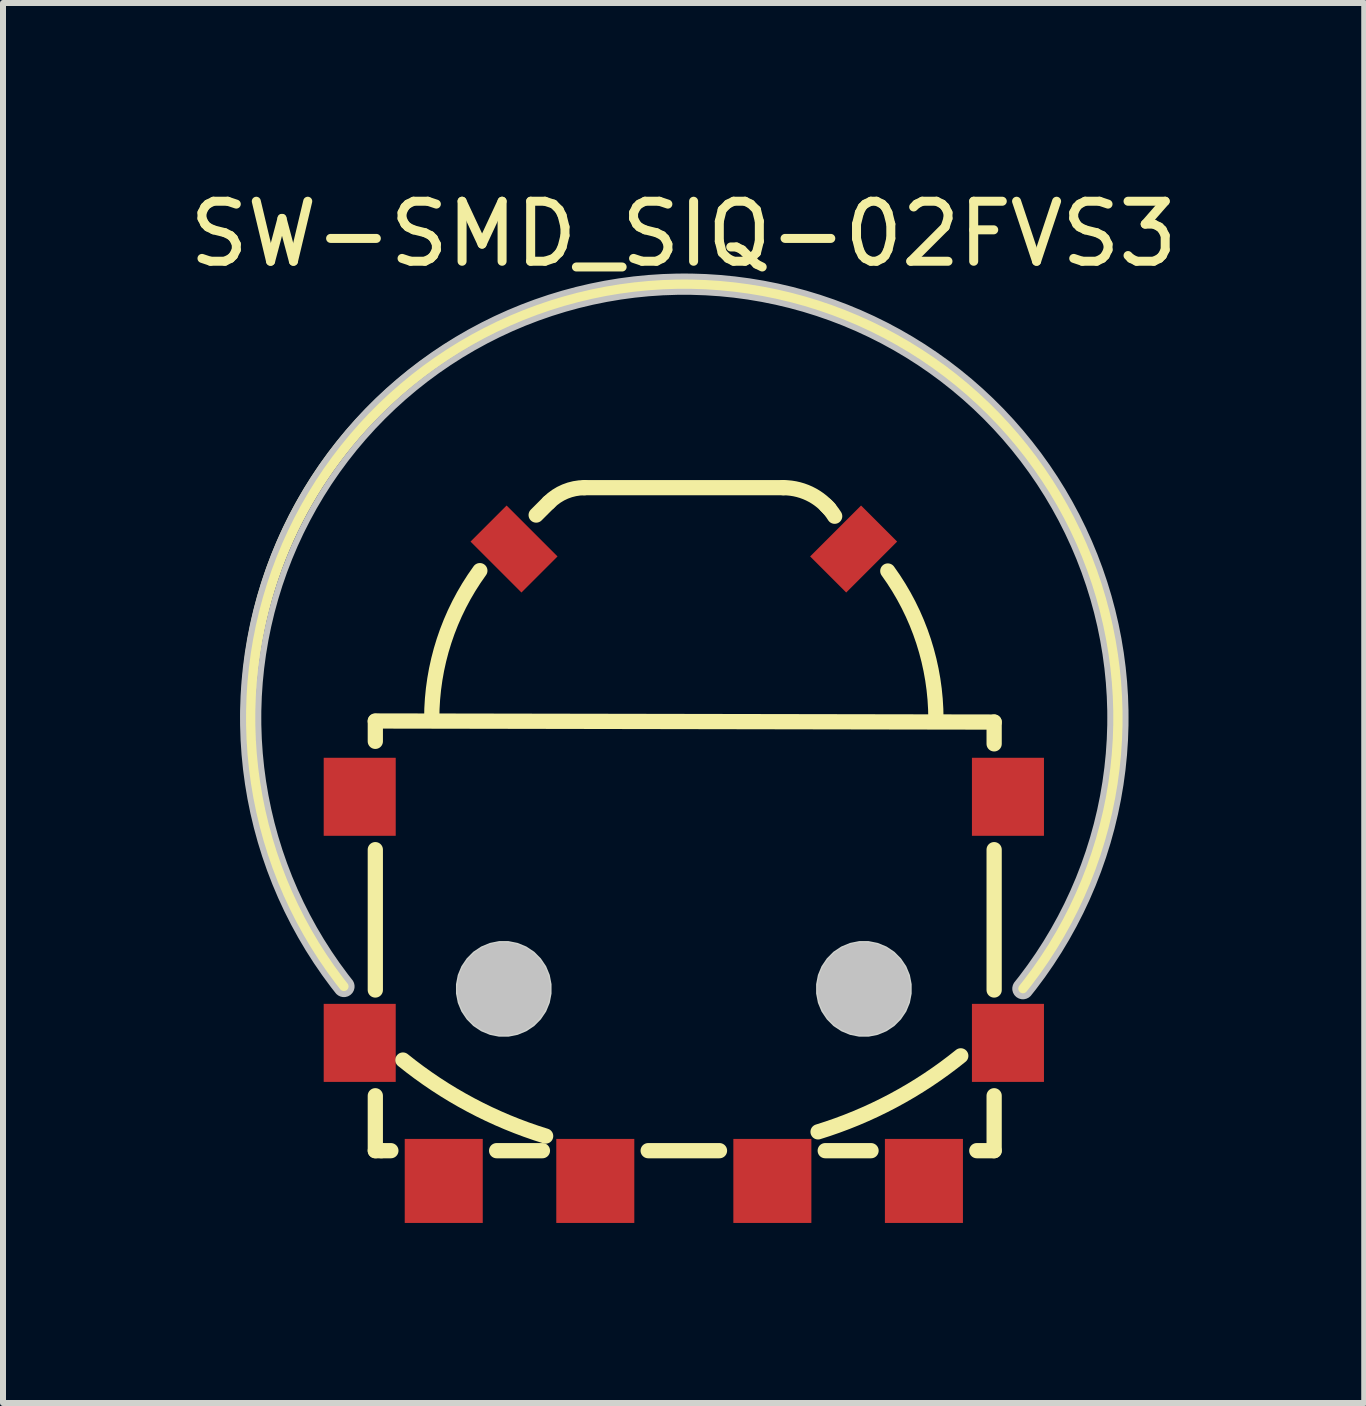
<source format=kicad_pcb>
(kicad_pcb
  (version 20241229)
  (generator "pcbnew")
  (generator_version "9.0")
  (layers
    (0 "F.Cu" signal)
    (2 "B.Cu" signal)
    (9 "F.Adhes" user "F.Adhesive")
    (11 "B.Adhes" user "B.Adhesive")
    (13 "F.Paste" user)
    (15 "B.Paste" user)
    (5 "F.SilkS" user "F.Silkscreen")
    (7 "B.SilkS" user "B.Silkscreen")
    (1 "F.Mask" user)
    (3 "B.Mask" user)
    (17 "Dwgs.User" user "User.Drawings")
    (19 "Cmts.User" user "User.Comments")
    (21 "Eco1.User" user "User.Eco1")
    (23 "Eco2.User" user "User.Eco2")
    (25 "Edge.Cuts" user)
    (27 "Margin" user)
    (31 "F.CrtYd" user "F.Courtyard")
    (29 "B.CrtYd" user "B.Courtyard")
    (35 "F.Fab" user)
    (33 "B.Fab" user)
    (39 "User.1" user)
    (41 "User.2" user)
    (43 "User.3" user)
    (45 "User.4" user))
  (footprint "SW-SMD_SIQ-02FVS3"
    (layer "F.Cu")
    (at 8.343 11.361)
    (property "Reference" "SW-SMD_SIQ-02FVS3" (at -0.004 -10.513 0) (layer "F.SilkS") (effects (font (size 1 1) (thickness 0.15))))
    (fp_line (start -5.141 -2.399) (end 5.17 -2.381) (stroke (width 0.254) (type default)) (layer "F.SilkS"))
    (fp_line (start -5.14 -2.06) (end -5.14 -2.393) (stroke (width 0.254) (type default)) (layer "F.SilkS"))
    (fp_line (start -5.14 2.083) (end -5.14 -0.255) (stroke (width 0.254) (type default)) (layer "F.SilkS"))
    (fp_line (start -5.14 4.76) (end -5.14 3.845) (stroke (width 0.254) (type default)) (layer "F.SilkS"))
    (fp_line (start -5.04 4.76) (end -5.14 4.76) (stroke (width 0.254) (type default)) (layer "F.SilkS"))
    (fp_line (start -4.881 4.76) (end -5.04 4.76) (stroke (width 0.254) (type default)) (layer "F.SilkS"))
    (fp_line (start -2.356 4.76) (end -3.119 4.76) (stroke (width 0.254) (type default)) (layer "F.SilkS"))
    (fp_line (start -2.251 -6.039) (end -2.46 -5.83) (stroke (width 0.254) (type default)) (layer "F.SilkS"))
    (fp_line (start -1.655 -6.286) (end 1.655 -6.286) (stroke (width 0.254) (type default)) (layer "F.SilkS"))
    (fp_line (start 0 -9.686) (end -0.058 -9.686) (stroke (width 0.254) (type default)) (layer "F.SilkS"))
    (fp_line (start 0.063 -9.686) (end 0 -9.686) (stroke (width 0.254) (type default)) (layer "F.SilkS"))
    (fp_line (start 0.594 4.76) (end -0.594 4.76) (stroke (width 0.254) (type default)) (layer "F.SilkS"))
    (fp_line (start 2.37 -5.989) (end 2.42 -5.94) (stroke (width 0.254) (type default)) (layer "F.SilkS"))
    (fp_line (start 3.119 4.76) (end 2.356 4.76) (stroke (width 0.254) (type default)) (layer "F.SilkS"))
    (fp_line (start 5.17 -2.381) (end 5.17 -2.018) (stroke (width 0.254) (type default)) (layer "F.SilkS"))
    (fp_line (start 5.17 2.083) (end 5.17 -0.255) (stroke (width 0.254) (type default)) (layer "F.SilkS"))
    (fp_line (start 5.17 3.845) (end 5.17 4.76) (stroke (width 0.254) (type default)) (layer "F.SilkS"))
    (fp_line (start 5.17 4.76) (end 4.881 4.76) (stroke (width 0.254) (type default)) (layer "F.SilkS"))
    (fp_line (start 7.246 -2.503) (end 7.246 -2.336) (stroke (width 0.254) (type default)) (layer "F.SilkS"))
    (fp_arc (start -7.2535 -2.4895) (mid -5.14584 -7.57784) (end -0.0575 -9.686) (stroke (width 0.254) (type default)) (layer "F.SilkS"))
    (fp_arc (start -5.664 2.0235) (mid -6.844568 -0.110883) (end -7.2535 -2.5155) (stroke (width 0.254) (type default)) (layer "F.SilkS"))
    (fp_arc (start -4.2 -2.436) (mid -3.994644 -3.733235) (end -3.3985 -4.9035) (stroke (width 0.254) (type default)) (layer "F.SilkS"))
    (fp_arc (start -2.3025 4.5165) (mid -3.551922 3.997138) (end -4.68 3.25) (stroke (width 0.254) (type default)) (layer "F.SilkS"))
    (fp_arc (start -2.2505 -6.039) (mid -1.977512 -6.221405) (end -1.6555 -6.286) (stroke (width 0.254) (type default)) (layer "F.SilkS"))
    (fp_arc (start 0.063 -9.686) (mid 5.142148 -7.582148) (end 7.246 -2.503) (stroke (width 0.254) (type default)) (layer "F.SilkS"))
    (fp_arc (start 1.6555 -6.286) (mid 2.145763 -6.159174) (end 2.513 -5.8105) (stroke (width 0.254) (type default)) (layer "F.SilkS"))
    (fp_arc (start 3.3985 -4.8975) (mid 3.994458 -3.727174) (end 4.2 -2.43) (stroke (width 0.254) (type default)) (layer "F.SilkS"))
    (fp_arc (start 4.614 3.18) (mid 3.485869 3.927029) (end 2.2365 4.4465) (stroke (width 0.254) (type default)) (layer "F.SilkS"))
    (fp_arc (start 7.24 -2.48) (mid 6.831133 -0.07537) (end 5.6505 2.059) (stroke (width 0.254) (type default)) (layer "F.SilkS"))
    (fp_circle (center -3 2.064) (end -2.612 2.064) (stroke (width 0.775) (type default)) (fill no) (layer "Dwgs.User"))
    (fp_circle (center 3 2.064) (end 3.388 2.064) (stroke (width 0.775) (type default)) (fill no) (layer "Dwgs.User"))
    (fp_poly (pts (arc (start 5.6495 2.1875) (mid 5.559697 2.150303) (end 5.5225 2.0605)) (arc (start 5.5225 2.0605) (mid 5.52988 2.017837) (end 5.551 1.98)) (arc (start 5.551 1.98) (mid 6.705165 -0.103745) (end 7.105 -2.452)) (arc (start 7.105 -2.452) (mid 5.02619 -7.47069) (end 0.0075 -9.5495)) (arc (start 0.0075 -9.5495) (mid -5.01119 -7.47069) (end -7.0895 -2.452)) (arc (start -7.0895 -2.452) (mid -6.697237 -0.12522) (end -5.564 1.9445)) (arc (start -5.564 1.9445) (mid -5.543227 1.981862) (end -5.536 2.024)) (arc (start -5.536 2.024) (mid -5.573197 2.113803) (end -5.663 2.151)) (arc (start -5.663 2.151) (mid -5.718857 2.138057) (end -5.7635 2.102)) (arc (start -5.7635 2.102) (mid -6.937584 -0.04178) (end -7.3435 -2.452)) (arc (start -7.3435 -2.452) (mid -5.190442 -7.649942) (end 0.0075 -9.8035)) (arc (start 0.0075 -9.8035) (mid 5.205796 -7.650296) (end 7.359 -2.452)) (arc (start 7.359 -2.452) (mid 6.944984 -0.019745) (end 5.7495 2.1385)) (arc (start 5.7495 2.1385) (mid 5.705141 2.174465) (end 5.6495 2.1875))) (stroke (width 0.1) (type default)) (fill no) (layer "Dwgs.User"))
    (fp_poly (pts (xy -2.204 1.986) (xy -2.234 1.832) (xy -2.294 1.687) (xy -2.382 1.557) (xy -2.492 1.446) (xy -2.623 1.359) (xy -2.768 1.299) (xy -2.922 1.268) (xy -3.078 1.268) (xy -3.232 1.299) (xy -3.377 1.359) (xy -3.508 1.446) (xy -3.618 1.557) (xy -3.706 1.687) (xy -3.766 1.832) (xy -3.796 1.986) (xy -3.796 2.143) (xy -3.766 2.297) (xy -3.706 2.442) (xy -3.618 2.572) (xy -3.508 2.683) (xy -3.377 2.77) (xy -3.232 2.83) (xy -3.078 2.861) (xy -2.922 2.861) (xy -2.768 2.83) (xy -2.623 2.77) (xy -2.492 2.683) (xy -2.382 2.572) (xy -2.294 2.442) (xy -2.234 2.297) (xy -2.204 2.143)) (stroke (width 0) (type default)) (fill yes) (layer "Edge.Cuts"))
    (fp_poly (pts (xy 3.796 1.986) (xy 3.766 1.832) (xy 3.706 1.687) (xy 3.618 1.557) (xy 3.508 1.446) (xy 3.377 1.359) (xy 3.232 1.299) (xy 3.078 1.268) (xy 2.922 1.268) (xy 2.768 1.299) (xy 2.623 1.359) (xy 2.492 1.446) (xy 2.382 1.557) (xy 2.294 1.687) (xy 2.234 1.832) (xy 2.204 1.986) (xy 2.204 2.143) (xy 2.234 2.297) (xy 2.294 2.442) (xy 2.382 2.572) (xy 2.492 2.683) (xy 2.623 2.77) (xy 2.768 2.83) (xy 2.922 2.861) (xy 3.078 2.861) (xy 3.232 2.83) (xy 3.377 2.77) (xy 3.508 2.683) (xy 3.618 2.572) (xy 3.706 2.442) (xy 3.766 2.297) (xy 3.796 2.143)) (stroke (width 0) (type default)) (fill yes) (layer "Edge.Cuts"))
    (fp_poly (pts (xy -5.14 -1.636) (xy -4.94 -1.636) (xy -4.94 -0.636) (xy -5.14 -0.636)) (stroke (width 0.1) (type default)) (fill no) (layer "User.1"))
    (fp_poly (pts (xy -5.14 2.464) (xy -4.94 2.464) (xy -4.94 3.464) (xy -5.14 3.464)) (stroke (width 0.1) (type default)) (fill no) (layer "User.1"))
    (fp_poly (pts (xy -4.5 4.76) (xy -4.5 4.56) (xy -3.5 4.56) (xy -3.5 4.76)) (stroke (width 0.1) (type default)) (fill no) (layer "User.1"))
    (fp_poly (pts (xy -2.687 -5.547) (xy -2.546 -5.405) (xy -2.97 -4.981) (xy -3.111 -5.122)) (stroke (width 0.1) (type default)) (fill no) (layer "User.1"))
    (fp_poly (pts (xy -1.975 4.76) (xy -1.975 4.56) (xy -0.975 4.56) (xy -0.975 4.76)) (stroke (width 0.1) (type default)) (fill no) (layer "User.1"))
    (fp_poly (pts (xy 0.975 4.76) (xy 0.975 4.56) (xy 1.975 4.56) (xy 1.975 4.76)) (stroke (width 0.1) (type default)) (fill no) (layer "User.1"))
    (fp_poly (pts (xy 3.111 -5.122) (xy 2.97 -4.981) (xy 2.546 -5.405) (xy 2.687 -5.547)) (stroke (width 0.1) (type default)) (fill no) (layer "User.1"))
    (fp_poly (pts (xy 3.5 4.76) (xy 3.5 4.56) (xy 4.5 4.56) (xy 4.5 4.76)) (stroke (width 0.1) (type default)) (fill no) (layer "User.1"))
    (fp_poly (pts (xy 4.97 -1.636) (xy 5.17 -1.636) (xy 5.17 -0.636) (xy 4.97 -0.636)) (stroke (width 0.1) (type default)) (fill no) (layer "User.1"))
    (fp_poly (pts (xy 4.97 2.464) (xy 5.17 2.464) (xy 5.17 3.464) (xy 4.97 3.464)) (stroke (width 0.1) (type default)) (fill no) (layer "User.1"))
    (fp_line (start -5.14 -2.393) (end -5.14 4.76) (stroke (width 0.051) (type default)) (layer "User.2"))
    (fp_line (start -5.14 4.76) (end 5.17 4.76) (stroke (width 0.051) (type default)) (layer "User.2"))
    (fp_line (start -4.19 -2.397) (end -5.136 -2.397) (stroke (width 0.051) (type default)) (layer "User.2"))
    (fp_line (start 0.01 -6.286) (end -0.301 -6.286) (stroke (width 0.051) (type default)) (layer "User.2"))
    (fp_line (start 0.307 -6.286) (end 0.01 -6.286) (stroke (width 0.051) (type default)) (layer "User.2"))
    (fp_line (start 5.17 -2.381) (end 4.212 -2.381) (stroke (width 0.051) (type default)) (layer "User.2"))
    (fp_line (start 5.17 4.76) (end 5.17 -2.381) (stroke (width 0.051) (type default)) (layer "User.2"))
    (fp_arc (start -5.14 -2.393) (mid -5.138682 -2.396182) (end -5.1355 -2.3975) (stroke (width 0.051) (type default)) (layer "User.2"))
    (fp_arc (start -5.14 4.76) (mid -5.14 4.76) (end -5.14 4.76) (stroke (width 0.051) (type default)) (layer "User.2"))
    (fp_arc (start -4.19 -2.3975) (mid -3.051085 -5.147085) (end -0.3015 -6.286) (stroke (width 0.051) (type default)) (layer "User.2"))
    (fp_arc (start 0.307 -6.286) (mid 3.066838 -5.142838) (end 4.21 -2.383) (stroke (width 0.051) (type default)) (layer "User.2"))
    (fp_arc (start 4.2115 -2.3815) (mid 4.210439 -2.381939) (end 4.21 -2.383) (stroke (width 0.051) (type default)) (layer "User.2"))
    (fp_arc (start 5.1695 -2.3815) (mid 5.170207 -2.381207) (end 5.17 -2.3805) (stroke (width 0.051) (type default)) (layer "User.2"))
    (fp_poly (pts (xy -5.115 4.737) (xy -5.147 4.705) (xy -5.193 4.705) (xy -5.225 4.737) (xy -5.225 4.783) (xy -5.193 4.815) (xy -5.147 4.815) (xy -5.115 4.783)) (stroke (width 0.1) (type default)) (fill no) (layer "User.3"))
    (pad "1" smd rect (at 5.4 2.964) (size 1.2 1.3) (layers "F.Cu" "F.Mask" "F.Paste"))
    (pad "2" smd rect (at 5.4 -1.136) (size 1.2 1.3) (layers "F.Cu" "F.Mask" "F.Paste"))
    (pad "3" smd rect (at 2.829 -5.264 135) (size 0.85 1.2) (layers "F.Cu" "F.Mask" "F.Paste"))
    (pad "4" smd rect (at -2.829 -5.264 45) (size 0.85 1.2) (layers "F.Cu" "F.Mask" "F.Paste"))
    (pad "5" smd rect (at -5.4 -1.136) (size 1.2 1.3) (layers "F.Cu" "F.Mask" "F.Paste"))
    (pad "6" smd rect (at -5.4 2.964) (size 1.2 1.3) (layers "F.Cu" "F.Mask" "F.Paste"))
    (pad "A" smd rect (at -4 5.264) (size 1.3 1.4) (layers "F.Cu" "F.Mask" "F.Paste"))
    (pad "B" smd rect (at 4 5.264) (size 1.3 1.4) (layers "F.Cu" "F.Mask" "F.Paste"))
    (pad "C" smd rect (at 1.475 5.264) (size 1.3 1.4) (layers "F.Cu" "F.Mask" "F.Paste"))
    (pad "S" smd rect (at -1.475 5.264) (size 1.3 1.4) (layers "F.Cu" "F.Mask" "F.Paste")))
  (gr_rect
    (start -3 -3)
    (end 19.679 20.325)
    (stroke (width 0.1) (type default))
    (fill no)
    (layer "Edge.Cuts")))
</source>
